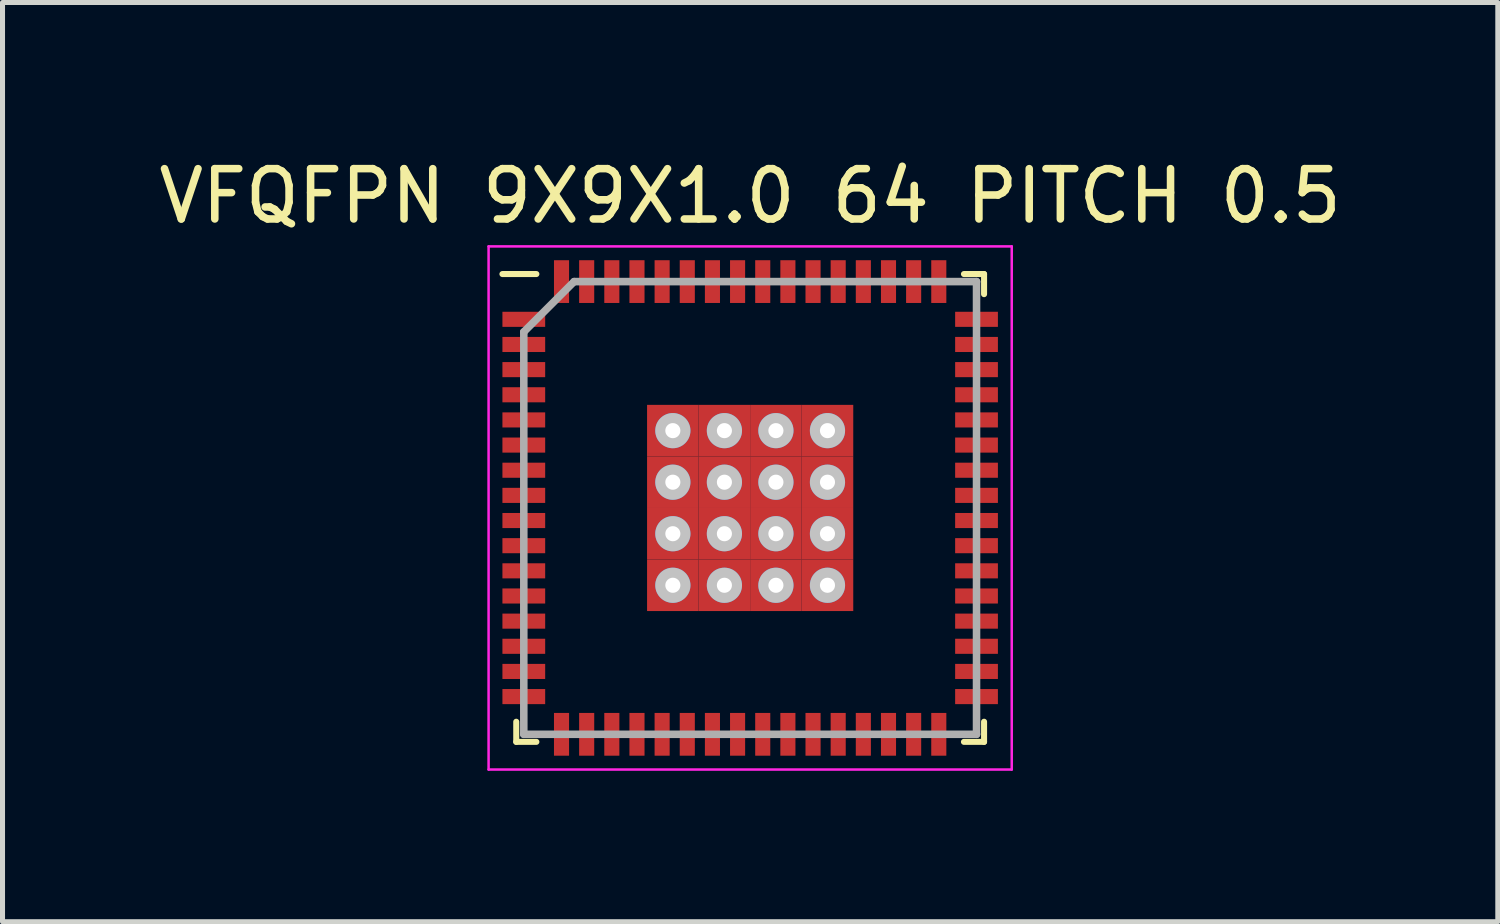
<source format=kicad_pcb>
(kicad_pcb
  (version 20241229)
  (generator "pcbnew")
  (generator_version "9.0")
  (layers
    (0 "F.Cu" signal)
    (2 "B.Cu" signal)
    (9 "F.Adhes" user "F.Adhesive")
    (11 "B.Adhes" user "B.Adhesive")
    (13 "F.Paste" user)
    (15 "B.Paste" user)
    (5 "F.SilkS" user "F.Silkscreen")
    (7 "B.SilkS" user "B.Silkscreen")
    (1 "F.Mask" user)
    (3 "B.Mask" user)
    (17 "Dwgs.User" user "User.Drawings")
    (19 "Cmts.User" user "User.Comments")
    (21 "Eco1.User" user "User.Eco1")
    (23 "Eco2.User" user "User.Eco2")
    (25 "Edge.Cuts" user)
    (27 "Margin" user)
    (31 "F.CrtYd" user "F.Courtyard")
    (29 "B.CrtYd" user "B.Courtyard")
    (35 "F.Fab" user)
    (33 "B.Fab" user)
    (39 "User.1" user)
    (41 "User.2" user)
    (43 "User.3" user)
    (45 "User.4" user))
  (footprint "VFQFPN 9X9X1.0 64 PITCH 0.5"
    (layer "F.Cu")
    (at 11.863 7.048)
    (property "Reference" "VFQFPN 9X9X1.0 64 PITCH 0.5" (at 0 -6.2 0) (layer "F.SilkS") (effects (font (size 1 1) (thickness 0.15))))
    (attr smd)
    (fp_line (start -4.65 4.65) (end -4.65 4.25) (stroke (width 0.12) (type default)) (layer "F.SilkS"))
    (fp_line (start -4.25 -4.65) (end -4.925 -4.65) (stroke (width 0.12) (type default)) (layer "F.SilkS"))
    (fp_line (start -4.25 4.65) (end -4.65 4.65) (stroke (width 0.12) (type default)) (layer "F.SilkS"))
    (fp_line (start 4.25 -4.65) (end 4.65 -4.65) (stroke (width 0.12) (type default)) (layer "F.SilkS"))
    (fp_line (start 4.25 4.65) (end 4.65 4.65) (stroke (width 0.12) (type default)) (layer "F.SilkS"))
    (fp_line (start 4.65 -4.65) (end 4.65 -4.25) (stroke (width 0.12) (type default)) (layer "F.SilkS"))
    (fp_line (start 4.65 4.65) (end 4.65 4.25) (stroke (width 0.12) (type default)) (layer "F.SilkS"))
    (fp_line (start -5.2 -5.2) (end 5.2 -5.2) (stroke (width 0.05) (type default)) (layer "F.CrtYd"))
    (fp_line (start -5.2 5.2) (end -5.2 -5.2) (stroke (width 0.05) (type default)) (layer "F.CrtYd"))
    (fp_line (start 5.2 -5.2) (end 5.2 5.2) (stroke (width 0.05) (type default)) (layer "F.CrtYd"))
    (fp_line (start 5.2 5.2) (end -5.2 5.2) (stroke (width 0.05) (type default)) (layer "F.CrtYd"))
    (fp_line (start -4.5 -3.5) (end -4.5 4.5) (stroke (width 0.15) (type default)) (layer "F.Fab"))
    (fp_line (start -4.5 4.5) (end 4.5 4.5) (stroke (width 0.15) (type default)) (layer "F.Fab"))
    (fp_line (start -3.5 -4.5) (end -4.5 -3.5) (stroke (width 0.15) (type default)) (layer "F.Fab"))
    (fp_line (start 4.5 -4.5) (end -3.5 -4.5) (stroke (width 0.15) (type default)) (layer "F.Fab"))
    (fp_line (start 4.5 4.5) (end 4.5 -4.5) (stroke (width 0.15) (type default)) (layer "F.Fab"))
    (pad "" smd roundrect (at -1.537 -1.537) (size 0.8 0.8) (layers "F.Paste") (roundrect_rratio 0.25))
    (pad "" smd roundrect (at -1.537 -0.512) (size 0.8 0.8) (layers "F.Paste") (roundrect_rratio 0.25))
    (pad "" smd roundrect (at -1.537 0.512) (size 0.8 0.8) (layers "F.Paste") (roundrect_rratio 0.25))
    (pad "" smd roundrect (at -1.537 1.537) (size 0.8 0.8) (layers "F.Paste") (roundrect_rratio 0.25))
    (pad "" smd roundrect (at -0.512 -1.537) (size 0.8 0.8) (layers "F.Paste") (roundrect_rratio 0.25))
    (pad "" smd roundrect (at -0.512 -0.512) (size 0.8 0.8) (layers "F.Paste") (roundrect_rratio 0.25))
    (pad "" smd roundrect (at -0.512 0.512) (size 0.8 0.8) (layers "F.Paste") (roundrect_rratio 0.25))
    (pad "" smd roundrect (at -0.512 1.537) (size 0.8 0.8) (layers "F.Paste") (roundrect_rratio 0.25))
    (pad "" smd roundrect (at 0.512 -1.537) (size 0.8 0.8) (layers "F.Paste") (roundrect_rratio 0.25))
    (pad "" smd roundrect (at 0.512 -0.512) (size 0.8 0.8) (layers "F.Paste") (roundrect_rratio 0.25))
    (pad "" smd roundrect (at 0.512 0.512) (size 0.8 0.8) (layers "F.Paste") (roundrect_rratio 0.25))
    (pad "" smd roundrect (at 0.512 1.537) (size 0.8 0.8) (layers "F.Paste") (roundrect_rratio 0.25))
    (pad "" smd roundrect (at 1.537 -1.537) (size 0.8 0.8) (layers "F.Paste") (roundrect_rratio 0.25))
    (pad "" smd roundrect (at 1.537 -0.512) (size 0.8 0.8) (layers "F.Paste") (roundrect_rratio 0.25))
    (pad "" smd roundrect (at 1.537 0.512) (size 0.8 0.8) (layers "F.Paste") (roundrect_rratio 0.25))
    (pad "" smd roundrect (at 1.537 1.537) (size 0.8 0.8) (layers "F.Paste") (roundrect_rratio 0.25))
    (pad "1" smd rect (at -4.5 -3.75 90) (size 0.3 0.85) (layers "F.Cu" "F.Mask" "F.Paste"))
    (pad "2" smd rect (at -4.5 -3.25 90) (size 0.3 0.85) (layers "F.Cu" "F.Mask" "F.Paste"))
    (pad "3" smd rect (at -4.5 -2.75 90) (size 0.3 0.85) (layers "F.Cu" "F.Mask" "F.Paste"))
    (pad "4" smd rect (at -4.5 -2.25 90) (size 0.3 0.85) (layers "F.Cu" "F.Mask" "F.Paste"))
    (pad "5" smd rect (at -4.5 -1.75 90) (size 0.3 0.85) (layers "F.Cu" "F.Mask" "F.Paste"))
    (pad "6" smd rect (at -4.5 -1.25 90) (size 0.3 0.85) (layers "F.Cu" "F.Mask" "F.Paste"))
    (pad "7" smd rect (at -4.5 -0.75 90) (size 0.3 0.85) (layers "F.Cu" "F.Mask" "F.Paste"))
    (pad "8" smd rect (at -4.5 -0.25 90) (size 0.3 0.85) (layers "F.Cu" "F.Mask" "F.Paste"))
    (pad "9" smd rect (at -4.5 0.25 90) (size 0.3 0.85) (layers "F.Cu" "F.Mask" "F.Paste"))
    (pad "10" smd rect (at -4.5 0.75 90) (size 0.3 0.85) (layers "F.Cu" "F.Mask" "F.Paste"))
    (pad "11" smd rect (at -4.5 1.25 90) (size 0.3 0.85) (layers "F.Cu" "F.Mask" "F.Paste"))
    (pad "12" smd rect (at -4.5 1.75 90) (size 0.3 0.85) (layers "F.Cu" "F.Mask" "F.Paste"))
    (pad "13" smd rect (at -4.5 2.25 90) (size 0.3 0.85) (layers "F.Cu" "F.Mask" "F.Paste"))
    (pad "14" smd rect (at -4.5 2.75 90) (size 0.3 0.85) (layers "F.Cu" "F.Mask" "F.Paste"))
    (pad "15" smd rect (at -4.5 3.25 90) (size 0.3 0.85) (layers "F.Cu" "F.Mask" "F.Paste"))
    (pad "16" smd rect (at -4.5 3.75 90) (size 0.3 0.85) (layers "F.Cu" "F.Mask" "F.Paste"))
    (pad "17" smd rect (at -3.75 4.5) (size 0.3 0.85) (layers "F.Cu" "F.Mask" "F.Paste"))
    (pad "18" smd rect (at -3.25 4.5) (size 0.3 0.85) (layers "F.Cu" "F.Mask" "F.Paste"))
    (pad "19" smd rect (at -2.75 4.5) (size 0.3 0.85) (layers "F.Cu" "F.Mask" "F.Paste"))
    (pad "20" smd rect (at -2.25 4.5) (size 0.3 0.85) (layers "F.Cu" "F.Mask" "F.Paste"))
    (pad "21" smd rect (at -1.75 4.5) (size 0.3 0.85) (layers "F.Cu" "F.Mask" "F.Paste"))
    (pad "22" smd rect (at -1.25 4.5) (size 0.3 0.85) (layers "F.Cu" "F.Mask" "F.Paste"))
    (pad "23" smd rect (at -0.75 4.5) (size 0.3 0.85) (layers "F.Cu" "F.Mask" "F.Paste"))
    (pad "24" smd rect (at -0.25 4.5) (size 0.3 0.85) (layers "F.Cu" "F.Mask" "F.Paste"))
    (pad "25" smd rect (at 0.25 4.5) (size 0.3 0.85) (layers "F.Cu" "F.Mask" "F.Paste"))
    (pad "26" smd rect (at 0.75 4.5) (size 0.3 0.85) (layers "F.Cu" "F.Mask" "F.Paste"))
    (pad "27" smd rect (at 1.25 4.5) (size 0.3 0.85) (layers "F.Cu" "F.Mask" "F.Paste"))
    (pad "28" smd rect (at 1.75 4.5) (size 0.3 0.85) (layers "F.Cu" "F.Mask" "F.Paste"))
    (pad "29" smd rect (at 2.25 4.5) (size 0.3 0.85) (layers "F.Cu" "F.Mask" "F.Paste"))
    (pad "30" smd rect (at 2.75 4.5) (size 0.3 0.85) (layers "F.Cu" "F.Mask" "F.Paste"))
    (pad "31" smd rect (at 3.25 4.5) (size 0.3 0.85) (layers "F.Cu" "F.Mask" "F.Paste"))
    (pad "32" smd rect (at 3.75 4.5) (size 0.3 0.85) (layers "F.Cu" "F.Mask" "F.Paste"))
    (pad "33" smd rect (at 4.5 3.75 90) (size 0.3 0.85) (layers "F.Cu" "F.Mask" "F.Paste"))
    (pad "34" smd rect (at 4.5 3.25 90) (size 0.3 0.85) (layers "F.Cu" "F.Mask" "F.Paste"))
    (pad "35" smd rect (at 4.5 2.75 90) (size 0.3 0.85) (layers "F.Cu" "F.Mask" "F.Paste"))
    (pad "36" smd rect (at 4.5 2.25 90) (size 0.3 0.85) (layers "F.Cu" "F.Mask" "F.Paste"))
    (pad "37" smd rect (at 4.5 1.75 90) (size 0.3 0.85) (layers "F.Cu" "F.Mask" "F.Paste"))
    (pad "38" smd rect (at 4.5 1.25 90) (size 0.3 0.85) (layers "F.Cu" "F.Mask" "F.Paste"))
    (pad "39" smd rect (at 4.5 0.75 90) (size 0.3 0.85) (layers "F.Cu" "F.Mask" "F.Paste"))
    (pad "40" smd rect (at 4.5 0.25 90) (size 0.3 0.85) (layers "F.Cu" "F.Mask" "F.Paste"))
    (pad "41" smd rect (at 4.5 -0.25 90) (size 0.3 0.85) (layers "F.Cu" "F.Mask" "F.Paste"))
    (pad "42" smd rect (at 4.5 -0.75 90) (size 0.3 0.85) (layers "F.Cu" "F.Mask" "F.Paste"))
    (pad "43" smd rect (at 4.5 -1.25 90) (size 0.3 0.85) (layers "F.Cu" "F.Mask" "F.Paste"))
    (pad "44" smd rect (at 4.5 -1.75 90) (size 0.3 0.85) (layers "F.Cu" "F.Mask" "F.Paste"))
    (pad "45" smd rect (at 4.5 -2.25 90) (size 0.3 0.85) (layers "F.Cu" "F.Mask" "F.Paste"))
    (pad "46" smd rect (at 4.5 -2.75 90) (size 0.3 0.85) (layers "F.Cu" "F.Mask" "F.Paste"))
    (pad "47" smd rect (at 4.5 -3.25 90) (size 0.3 0.85) (layers "F.Cu" "F.Mask" "F.Paste"))
    (pad "48" smd rect (at 4.5 -3.75 90) (size 0.3 0.85) (layers "F.Cu" "F.Mask" "F.Paste"))
    (pad "49" smd rect (at 3.75 -4.5) (size 0.3 0.85) (layers "F.Cu" "F.Mask" "F.Paste"))
    (pad "50" smd rect (at 3.25 -4.5) (size 0.3 0.85) (layers "F.Cu" "F.Mask" "F.Paste"))
    (pad "51" smd rect (at 2.75 -4.5) (size 0.3 0.85) (layers "F.Cu" "F.Mask" "F.Paste"))
    (pad "52" smd rect (at 2.25 -4.5) (size 0.3 0.85) (layers "F.Cu" "F.Mask" "F.Paste"))
    (pad "53" smd rect (at 1.75 -4.5) (size 0.3 0.85) (layers "F.Cu" "F.Mask" "F.Paste"))
    (pad "54" smd rect (at 1.25 -4.5) (size 0.3 0.85) (layers "F.Cu" "F.Mask" "F.Paste"))
    (pad "55" smd rect (at 0.75 -4.5) (size 0.3 0.85) (layers "F.Cu" "F.Mask" "F.Paste"))
    (pad "56" smd rect (at 0.25 -4.5) (size 0.3 0.85) (layers "F.Cu" "F.Mask" "F.Paste"))
    (pad "57" smd rect (at -0.25 -4.5) (size 0.3 0.85) (layers "F.Cu" "F.Mask" "F.Paste"))
    (pad "58" smd rect (at -0.75 -4.5) (size 0.3 0.85) (layers "F.Cu" "F.Mask" "F.Paste"))
    (pad "59" smd rect (at -1.25 -4.5) (size 0.3 0.85) (layers "F.Cu" "F.Mask" "F.Paste"))
    (pad "60" smd rect (at -1.75 -4.5) (size 0.3 0.85) (layers "F.Cu" "F.Mask" "F.Paste"))
    (pad "61" smd rect (at -2.25 -4.5) (size 0.3 0.85) (layers "F.Cu" "F.Mask" "F.Paste"))
    (pad "62" smd rect (at -2.75 -4.5) (size 0.3 0.85) (layers "F.Cu" "F.Mask" "F.Paste"))
    (pad "63" smd rect (at -3.25 -4.5) (size 0.3 0.85) (layers "F.Cu" "F.Mask" "F.Paste"))
    (pad "64" smd rect (at -3.75 -4.5) (size 0.3 0.85) (layers "F.Cu" "F.Mask" "F.Paste"))
    (pad "65" thru_hole circle (at -1.537 -1.537) (size 0.7 0.7) (drill 0.3) (layers "*.Cu" "*.Mask" "Dwgs.User"))
    (pad "65" smd rect (at -1.537 -1.537) (size 1.025 1.025) (layers "F.Cu" "F.Mask" "F.Paste"))
    (pad "65" thru_hole circle (at -1.537 -0.512) (size 0.7 0.7) (drill 0.3) (layers "*.Cu" "*.Mask" "Dwgs.User"))
    (pad "65" smd rect (at -1.537 -0.512) (size 1.025 1.025) (layers "F.Cu" "F.Mask" "F.Paste"))
    (pad "65" thru_hole circle (at -1.537 0.512) (size 0.7 0.7) (drill 0.3) (layers "*.Cu" "*.Mask" "Dwgs.User"))
    (pad "65" smd rect (at -1.537 0.512) (size 1.025 1.025) (layers "F.Cu" "F.Mask" "F.Paste"))
    (pad "65" thru_hole circle (at -1.537 1.537) (size 0.7 0.7) (drill 0.3) (layers "*.Cu" "*.Mask" "Dwgs.User"))
    (pad "65" smd rect (at -1.537 1.537) (size 1.025 1.025) (layers "F.Cu" "F.Mask" "F.Paste"))
    (pad "65" thru_hole circle (at -0.512 -1.537) (size 0.7 0.7) (drill 0.3) (layers "*.Cu" "*.Mask" "Dwgs.User"))
    (pad "65" smd rect (at -0.512 -1.537) (size 1.025 1.025) (layers "F.Cu" "F.Mask" "F.Paste"))
    (pad "65" thru_hole circle (at -0.512 -0.512) (size 0.7 0.7) (drill 0.3) (layers "*.Cu" "*.Mask" "Dwgs.User"))
    (pad "65" smd rect (at -0.512 -0.512) (size 1.025 1.025) (layers "F.Cu" "F.Mask" "F.Paste"))
    (pad "65" thru_hole circle (at -0.512 0.512) (size 0.7 0.7) (drill 0.3) (layers "*.Cu" "*.Mask" "Dwgs.User"))
    (pad "65" smd rect (at -0.512 0.512) (size 1.025 1.025) (layers "F.Cu" "F.Mask" "F.Paste"))
    (pad "65" thru_hole circle (at -0.512 1.537) (size 0.7 0.7) (drill 0.3) (layers "*.Cu" "*.Mask" "Dwgs.User"))
    (pad "65" smd rect (at -0.512 1.537) (size 1.025 1.025) (layers "F.Cu" "F.Mask" "F.Paste"))
    (pad "65" thru_hole circle (at 0.512 -1.537) (size 0.7 0.7) (drill 0.3) (layers "*.Cu" "*.Mask" "Dwgs.User"))
    (pad "65" smd rect (at 0.512 -1.537) (size 1.025 1.025) (layers "F.Cu" "F.Mask" "F.Paste"))
    (pad "65" thru_hole circle (at 0.512 -0.512) (size 0.7 0.7) (drill 0.3) (layers "*.Cu" "*.Mask" "Dwgs.User"))
    (pad "65" smd rect (at 0.512 -0.512) (size 1.025 1.025) (layers "F.Cu" "F.Mask" "F.Paste"))
    (pad "65" thru_hole circle (at 0.512 0.512) (size 0.7 0.7) (drill 0.3) (layers "*.Cu" "*.Mask" "Dwgs.User"))
    (pad "65" smd rect (at 0.512 0.512) (size 1.025 1.025) (layers "F.Cu" "F.Mask" "F.Paste"))
    (pad "65" thru_hole circle (at 0.512 1.537) (size 0.7 0.7) (drill 0.3) (layers "*.Cu" "*.Mask" "Dwgs.User"))
    (pad "65" smd rect (at 0.512 1.537) (size 1.025 1.025) (layers "F.Cu" "F.Mask" "F.Paste"))
    (pad "65" thru_hole circle (at 1.537 -1.537) (size 0.7 0.7) (drill 0.3) (layers "*.Cu" "*.Mask" "Dwgs.User"))
    (pad "65" smd rect (at 1.537 -1.537) (size 1.025 1.025) (layers "F.Cu" "F.Mask" "F.Paste"))
    (pad "65" thru_hole circle (at 1.537 -0.512) (size 0.7 0.7) (drill 0.3) (layers "*.Cu" "*.Mask" "Dwgs.User"))
    (pad "65" smd rect (at 1.537 -0.512) (size 1.025 1.025) (layers "F.Cu" "F.Mask" "F.Paste"))
    (pad "65" thru_hole circle (at 1.537 0.512) (size 0.7 0.7) (drill 0.3) (layers "*.Cu" "*.Mask" "Dwgs.User"))
    (pad "65" smd rect (at 1.537 0.512) (size 1.025 1.025) (layers "F.Cu" "F.Mask" "F.Paste"))
    (pad "65" thru_hole circle (at 1.537 1.537) (size 0.7 0.7) (drill 0.3) (layers "*.Cu" "*.Mask" "Dwgs.User"))
    (pad "65" smd rect (at 1.537 1.537) (size 1.025 1.025) (layers "F.Cu" "F.Mask" "F.Paste")))
  (gr_rect
    (start -3 -3)
    (end 26.726 15.273)
    (stroke (width 0.1) (type default))
    (fill no)
    (layer "Edge.Cuts")))
</source>
